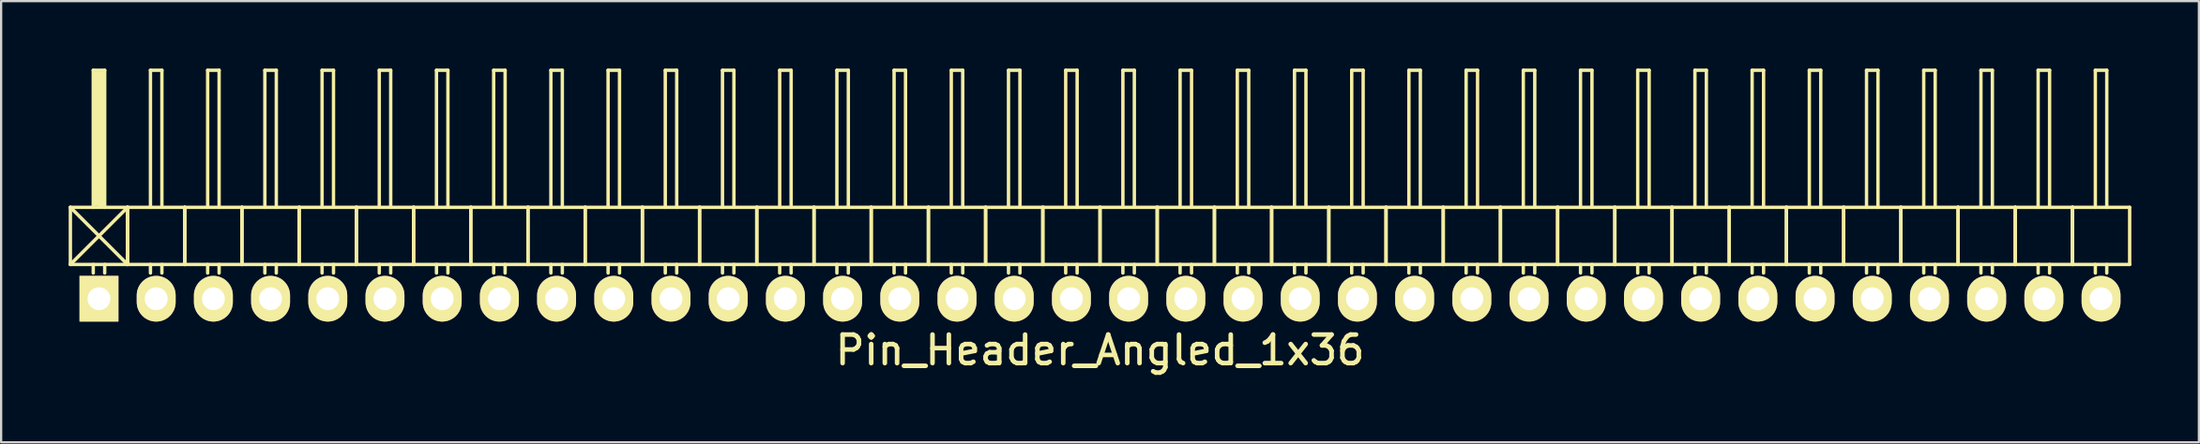
<source format=kicad_pcb>
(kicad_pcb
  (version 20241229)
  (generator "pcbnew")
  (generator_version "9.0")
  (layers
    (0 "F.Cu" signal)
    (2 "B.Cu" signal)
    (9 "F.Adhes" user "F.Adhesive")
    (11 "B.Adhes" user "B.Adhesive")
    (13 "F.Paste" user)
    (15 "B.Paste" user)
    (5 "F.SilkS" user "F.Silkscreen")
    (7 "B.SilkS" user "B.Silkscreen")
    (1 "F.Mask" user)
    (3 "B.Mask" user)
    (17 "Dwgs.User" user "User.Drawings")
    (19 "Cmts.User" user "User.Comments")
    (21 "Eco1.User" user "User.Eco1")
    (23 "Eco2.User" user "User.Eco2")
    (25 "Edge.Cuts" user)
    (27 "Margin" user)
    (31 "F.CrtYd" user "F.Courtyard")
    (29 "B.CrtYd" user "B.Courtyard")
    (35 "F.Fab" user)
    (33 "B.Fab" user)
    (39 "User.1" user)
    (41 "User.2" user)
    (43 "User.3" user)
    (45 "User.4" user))
  (footprint "Pin_Header_Angled_1x36"
    (layer "F.Cu")
    (at 45.795 10.235)
    (property "Reference" "Pin_Header_Angled_1x36" (at 0 2.286 0) (layer "F.SilkS") (effects (font (size 1.27 1.27) (thickness 0.203))))
    (attr through_hole)
    (fp_line (start -45.72 -4.064) (end -43.18 -1.524) (stroke (width 0.15) (type solid)) (layer "F.SilkS"))
    (fp_line (start -45.72 -1.524) (end -45.72 -4.064) (stroke (width 0.15) (type solid)) (layer "F.SilkS"))
    (fp_line (start -45.72 -1.524) (end -43.18 -1.524) (stroke (width 0.15) (type solid)) (layer "F.SilkS"))
    (fp_line (start -44.704 -10.16) (end -44.196 -10.16) (stroke (width 0.15) (type solid)) (layer "F.SilkS"))
    (fp_line (start -44.704 -4.064) (end -44.704 -10.16) (stroke (width 0.15) (type solid)) (layer "F.SilkS"))
    (fp_line (start -44.704 -1.524) (end -44.704 -1.143) (stroke (width 0.15) (type solid)) (layer "F.SilkS"))
    (fp_line (start -44.577 -10.033) (end -44.323 -10.033) (stroke (width 0.15) (type solid)) (layer "F.SilkS"))
    (fp_line (start -44.577 -4.191) (end -44.577 -10.033) (stroke (width 0.15) (type solid)) (layer "F.SilkS"))
    (fp_line (start -44.45 -4.191) (end -44.45 -10.033) (stroke (width 0.15) (type solid)) (layer "F.SilkS"))
    (fp_line (start -44.323 -10.033) (end -44.323 -4.191) (stroke (width 0.15) (type solid)) (layer "F.SilkS"))
    (fp_line (start -44.323 -4.191) (end -44.45 -4.191) (stroke (width 0.15) (type solid)) (layer "F.SilkS"))
    (fp_line (start -44.196 -10.16) (end -44.196 -4.064) (stroke (width 0.15) (type solid)) (layer "F.SilkS"))
    (fp_line (start -44.196 -1.524) (end -44.196 -1.143) (stroke (width 0.15) (type solid)) (layer "F.SilkS"))
    (fp_line (start -43.18 -4.064) (end -45.72 -4.064) (stroke (width 0.15) (type solid)) (layer "F.SilkS"))
    (fp_line (start -43.18 -4.064) (end -45.72 -1.524) (stroke (width 0.15) (type solid)) (layer "F.SilkS"))
    (fp_line (start -43.18 -1.524) (end -43.18 -4.064) (stroke (width 0.15) (type solid)) (layer "F.SilkS"))
    (fp_line (start -43.18 -1.524) (end -43.18 -4.064) (stroke (width 0.15) (type solid)) (layer "F.SilkS"))
    (fp_line (start -43.18 -1.524) (end -40.64 -1.524) (stroke (width 0.15) (type solid)) (layer "F.SilkS"))
    (fp_line (start -42.164 -10.16) (end -41.656 -10.16) (stroke (width 0.15) (type solid)) (layer "F.SilkS"))
    (fp_line (start -42.164 -4.064) (end -42.164 -10.16) (stroke (width 0.15) (type solid)) (layer "F.SilkS"))
    (fp_line (start -42.164 -1.524) (end -42.164 -1.143) (stroke (width 0.15) (type solid)) (layer "F.SilkS"))
    (fp_line (start -41.656 -10.16) (end -41.656 -4.064) (stroke (width 0.15) (type solid)) (layer "F.SilkS"))
    (fp_line (start -41.656 -1.524) (end -41.656 -1.143) (stroke (width 0.15) (type solid)) (layer "F.SilkS"))
    (fp_line (start -40.64 -4.064) (end -43.18 -4.064) (stroke (width 0.15) (type solid)) (layer "F.SilkS"))
    (fp_line (start -40.64 -1.524) (end -40.64 -4.064) (stroke (width 0.15) (type solid)) (layer "F.SilkS"))
    (fp_line (start -40.64 -1.524) (end -40.64 -4.064) (stroke (width 0.15) (type solid)) (layer "F.SilkS"))
    (fp_line (start -40.64 -1.524) (end -38.1 -1.524) (stroke (width 0.15) (type solid)) (layer "F.SilkS"))
    (fp_line (start -39.624 -10.16) (end -39.116 -10.16) (stroke (width 0.15) (type solid)) (layer "F.SilkS"))
    (fp_line (start -39.624 -4.064) (end -39.624 -10.16) (stroke (width 0.15) (type solid)) (layer "F.SilkS"))
    (fp_line (start -39.624 -1.524) (end -39.624 -1.143) (stroke (width 0.15) (type solid)) (layer "F.SilkS"))
    (fp_line (start -39.116 -10.16) (end -39.116 -4.064) (stroke (width 0.15) (type solid)) (layer "F.SilkS"))
    (fp_line (start -39.116 -1.524) (end -39.116 -1.143) (stroke (width 0.15) (type solid)) (layer "F.SilkS"))
    (fp_line (start -38.1 -4.064) (end -40.64 -4.064) (stroke (width 0.15) (type solid)) (layer "F.SilkS"))
    (fp_line (start -38.1 -1.524) (end -38.1 -4.064) (stroke (width 0.15) (type solid)) (layer "F.SilkS"))
    (fp_line (start -38.1 -1.524) (end -38.1 -4.064) (stroke (width 0.15) (type solid)) (layer "F.SilkS"))
    (fp_line (start -38.1 -1.524) (end -35.56 -1.524) (stroke (width 0.15) (type solid)) (layer "F.SilkS"))
    (fp_line (start -37.084 -10.16) (end -36.576 -10.16) (stroke (width 0.15) (type solid)) (layer "F.SilkS"))
    (fp_line (start -37.084 -4.064) (end -37.084 -10.16) (stroke (width 0.15) (type solid)) (layer "F.SilkS"))
    (fp_line (start -37.084 -1.524) (end -37.084 -1.143) (stroke (width 0.15) (type solid)) (layer "F.SilkS"))
    (fp_line (start -36.576 -10.16) (end -36.576 -4.064) (stroke (width 0.15) (type solid)) (layer "F.SilkS"))
    (fp_line (start -36.576 -1.524) (end -36.576 -1.143) (stroke (width 0.15) (type solid)) (layer "F.SilkS"))
    (fp_line (start -35.56 -4.064) (end -38.1 -4.064) (stroke (width 0.15) (type solid)) (layer "F.SilkS"))
    (fp_line (start -35.56 -1.524) (end -35.56 -4.064) (stroke (width 0.15) (type solid)) (layer "F.SilkS"))
    (fp_line (start -35.56 -1.524) (end -35.56 -4.064) (stroke (width 0.15) (type solid)) (layer "F.SilkS"))
    (fp_line (start -35.56 -1.524) (end -33.02 -1.524) (stroke (width 0.15) (type solid)) (layer "F.SilkS"))
    (fp_line (start -34.544 -10.16) (end -34.036 -10.16) (stroke (width 0.15) (type solid)) (layer "F.SilkS"))
    (fp_line (start -34.544 -4.064) (end -34.544 -10.16) (stroke (width 0.15) (type solid)) (layer "F.SilkS"))
    (fp_line (start -34.544 -1.524) (end -34.544 -1.143) (stroke (width 0.15) (type solid)) (layer "F.SilkS"))
    (fp_line (start -34.036 -10.16) (end -34.036 -4.064) (stroke (width 0.15) (type solid)) (layer "F.SilkS"))
    (fp_line (start -34.036 -1.524) (end -34.036 -1.143) (stroke (width 0.15) (type solid)) (layer "F.SilkS"))
    (fp_line (start -33.02 -4.064) (end -35.56 -4.064) (stroke (width 0.15) (type solid)) (layer "F.SilkS"))
    (fp_line (start -33.02 -1.524) (end -33.02 -4.064) (stroke (width 0.15) (type solid)) (layer "F.SilkS"))
    (fp_line (start -33.02 -1.524) (end -33.02 -4.064) (stroke (width 0.15) (type solid)) (layer "F.SilkS"))
    (fp_line (start -33.02 -1.524) (end -30.48 -1.524) (stroke (width 0.15) (type solid)) (layer "F.SilkS"))
    (fp_line (start -32.004 -10.16) (end -31.496 -10.16) (stroke (width 0.15) (type solid)) (layer "F.SilkS"))
    (fp_line (start -32.004 -4.064) (end -32.004 -10.16) (stroke (width 0.15) (type solid)) (layer "F.SilkS"))
    (fp_line (start -32.004 -1.524) (end -32.004 -1.143) (stroke (width 0.15) (type solid)) (layer "F.SilkS"))
    (fp_line (start -31.496 -10.16) (end -31.496 -4.064) (stroke (width 0.15) (type solid)) (layer "F.SilkS"))
    (fp_line (start -31.496 -1.524) (end -31.496 -1.143) (stroke (width 0.15) (type solid)) (layer "F.SilkS"))
    (fp_line (start -30.48 -4.064) (end -33.02 -4.064) (stroke (width 0.15) (type solid)) (layer "F.SilkS"))
    (fp_line (start -30.48 -1.524) (end -30.48 -4.064) (stroke (width 0.15) (type solid)) (layer "F.SilkS"))
    (fp_line (start -30.48 -1.524) (end -30.48 -4.064) (stroke (width 0.15) (type solid)) (layer "F.SilkS"))
    (fp_line (start -30.48 -1.524) (end -27.94 -1.524) (stroke (width 0.15) (type solid)) (layer "F.SilkS"))
    (fp_line (start -29.464 -10.16) (end -28.956 -10.16) (stroke (width 0.15) (type solid)) (layer "F.SilkS"))
    (fp_line (start -29.464 -4.064) (end -29.464 -10.16) (stroke (width 0.15) (type solid)) (layer "F.SilkS"))
    (fp_line (start -29.464 -1.524) (end -29.464 -1.143) (stroke (width 0.15) (type solid)) (layer "F.SilkS"))
    (fp_line (start -28.956 -10.16) (end -28.956 -4.064) (stroke (width 0.15) (type solid)) (layer "F.SilkS"))
    (fp_line (start -28.956 -1.524) (end -28.956 -1.143) (stroke (width 0.15) (type solid)) (layer "F.SilkS"))
    (fp_line (start -27.94 -4.064) (end -30.48 -4.064) (stroke (width 0.15) (type solid)) (layer "F.SilkS"))
    (fp_line (start -27.94 -1.524) (end -27.94 -4.064) (stroke (width 0.15) (type solid)) (layer "F.SilkS"))
    (fp_line (start -27.94 -1.524) (end -27.94 -4.064) (stroke (width 0.15) (type solid)) (layer "F.SilkS"))
    (fp_line (start -27.94 -1.524) (end -25.4 -1.524) (stroke (width 0.15) (type solid)) (layer "F.SilkS"))
    (fp_line (start -26.924 -10.16) (end -26.416 -10.16) (stroke (width 0.15) (type solid)) (layer "F.SilkS"))
    (fp_line (start -26.924 -4.064) (end -26.924 -10.16) (stroke (width 0.15) (type solid)) (layer "F.SilkS"))
    (fp_line (start -26.924 -1.524) (end -26.924 -1.143) (stroke (width 0.15) (type solid)) (layer "F.SilkS"))
    (fp_line (start -26.416 -10.16) (end -26.416 -4.064) (stroke (width 0.15) (type solid)) (layer "F.SilkS"))
    (fp_line (start -26.416 -1.524) (end -26.416 -1.143) (stroke (width 0.15) (type solid)) (layer "F.SilkS"))
    (fp_line (start -25.4 -4.064) (end -27.94 -4.064) (stroke (width 0.15) (type solid)) (layer "F.SilkS"))
    (fp_line (start -25.4 -1.524) (end -25.4 -4.064) (stroke (width 0.15) (type solid)) (layer "F.SilkS"))
    (fp_line (start -25.4 -1.524) (end -25.4 -4.064) (stroke (width 0.15) (type solid)) (layer "F.SilkS"))
    (fp_line (start -25.4 -1.524) (end -22.86 -1.524) (stroke (width 0.15) (type solid)) (layer "F.SilkS"))
    (fp_line (start -24.384 -10.16) (end -23.876 -10.16) (stroke (width 0.15) (type solid)) (layer "F.SilkS"))
    (fp_line (start -24.384 -4.064) (end -24.384 -10.16) (stroke (width 0.15) (type solid)) (layer "F.SilkS"))
    (fp_line (start -24.384 -1.524) (end -24.384 -1.143) (stroke (width 0.15) (type solid)) (layer "F.SilkS"))
    (fp_line (start -23.876 -10.16) (end -23.876 -4.064) (stroke (width 0.15) (type solid)) (layer "F.SilkS"))
    (fp_line (start -23.876 -1.524) (end -23.876 -1.143) (stroke (width 0.15) (type solid)) (layer "F.SilkS"))
    (fp_line (start -22.86 -4.064) (end -25.4 -4.064) (stroke (width 0.15) (type solid)) (layer "F.SilkS"))
    (fp_line (start -22.86 -1.524) (end -22.86 -4.064) (stroke (width 0.15) (type solid)) (layer "F.SilkS"))
    (fp_line (start -22.86 -1.524) (end -22.86 -4.064) (stroke (width 0.15) (type solid)) (layer "F.SilkS"))
    (fp_line (start -22.86 -1.524) (end -20.32 -1.524) (stroke (width 0.15) (type solid)) (layer "F.SilkS"))
    (fp_line (start -21.844 -10.16) (end -21.336 -10.16) (stroke (width 0.15) (type solid)) (layer "F.SilkS"))
    (fp_line (start -21.844 -4.064) (end -21.844 -10.16) (stroke (width 0.15) (type solid)) (layer "F.SilkS"))
    (fp_line (start -21.844 -1.524) (end -21.844 -1.143) (stroke (width 0.15) (type solid)) (layer "F.SilkS"))
    (fp_line (start -21.336 -10.16) (end -21.336 -4.064) (stroke (width 0.15) (type solid)) (layer "F.SilkS"))
    (fp_line (start -21.336 -1.524) (end -21.336 -1.143) (stroke (width 0.15) (type solid)) (layer "F.SilkS"))
    (fp_line (start -20.32 -4.064) (end -22.86 -4.064) (stroke (width 0.15) (type solid)) (layer "F.SilkS"))
    (fp_line (start -20.32 -1.524) (end -20.32 -4.064) (stroke (width 0.15) (type solid)) (layer "F.SilkS"))
    (fp_line (start -20.32 -1.524) (end -20.32 -4.064) (stroke (width 0.15) (type solid)) (layer "F.SilkS"))
    (fp_line (start -20.32 -1.524) (end -17.78 -1.524) (stroke (width 0.15) (type solid)) (layer "F.SilkS"))
    (fp_line (start -19.304 -10.16) (end -18.796 -10.16) (stroke (width 0.15) (type solid)) (layer "F.SilkS"))
    (fp_line (start -19.304 -4.064) (end -19.304 -10.16) (stroke (width 0.15) (type solid)) (layer "F.SilkS"))
    (fp_line (start -19.304 -1.524) (end -19.304 -1.143) (stroke (width 0.15) (type solid)) (layer "F.SilkS"))
    (fp_line (start -18.796 -10.16) (end -18.796 -4.064) (stroke (width 0.15) (type solid)) (layer "F.SilkS"))
    (fp_line (start -18.796 -1.524) (end -18.796 -1.143) (stroke (width 0.15) (type solid)) (layer "F.SilkS"))
    (fp_line (start -17.78 -4.064) (end -20.32 -4.064) (stroke (width 0.15) (type solid)) (layer "F.SilkS"))
    (fp_line (start -17.78 -1.524) (end -17.78 -4.064) (stroke (width 0.15) (type solid)) (layer "F.SilkS"))
    (fp_line (start -17.78 -1.524) (end -17.78 -4.064) (stroke (width 0.15) (type solid)) (layer "F.SilkS"))
    (fp_line (start -17.78 -1.524) (end -15.24 -1.524) (stroke (width 0.15) (type solid)) (layer "F.SilkS"))
    (fp_line (start -16.764 -10.16) (end -16.256 -10.16) (stroke (width 0.15) (type solid)) (layer "F.SilkS"))
    (fp_line (start -16.764 -4.064) (end -16.764 -10.16) (stroke (width 0.15) (type solid)) (layer "F.SilkS"))
    (fp_line (start -16.764 -1.524) (end -16.764 -1.143) (stroke (width 0.15) (type solid)) (layer "F.SilkS"))
    (fp_line (start -16.256 -10.16) (end -16.256 -4.064) (stroke (width 0.15) (type solid)) (layer "F.SilkS"))
    (fp_line (start -16.256 -1.524) (end -16.256 -1.143) (stroke (width 0.15) (type solid)) (layer "F.SilkS"))
    (fp_line (start -15.24 -4.064) (end -17.78 -4.064) (stroke (width 0.15) (type solid)) (layer "F.SilkS"))
    (fp_line (start -15.24 -1.524) (end -15.24 -4.064) (stroke (width 0.15) (type solid)) (layer "F.SilkS"))
    (fp_line (start -15.24 -1.524) (end -15.24 -4.064) (stroke (width 0.15) (type solid)) (layer "F.SilkS"))
    (fp_line (start -15.24 -1.524) (end -12.7 -1.524) (stroke (width 0.15) (type solid)) (layer "F.SilkS"))
    (fp_line (start -14.224 -10.16) (end -13.716 -10.16) (stroke (width 0.15) (type solid)) (layer "F.SilkS"))
    (fp_line (start -14.224 -4.064) (end -14.224 -10.16) (stroke (width 0.15) (type solid)) (layer "F.SilkS"))
    (fp_line (start -14.224 -1.524) (end -14.224 -1.143) (stroke (width 0.15) (type solid)) (layer "F.SilkS"))
    (fp_line (start -13.716 -10.16) (end -13.716 -4.064) (stroke (width 0.15) (type solid)) (layer "F.SilkS"))
    (fp_line (start -13.716 -1.524) (end -13.716 -1.143) (stroke (width 0.15) (type solid)) (layer "F.SilkS"))
    (fp_line (start -12.7 -4.064) (end -15.24 -4.064) (stroke (width 0.15) (type solid)) (layer "F.SilkS"))
    (fp_line (start -12.7 -1.524) (end -12.7 -4.064) (stroke (width 0.15) (type solid)) (layer "F.SilkS"))
    (fp_line (start -12.7 -1.524) (end -12.7 -4.064) (stroke (width 0.15) (type solid)) (layer "F.SilkS"))
    (fp_line (start -12.7 -1.524) (end -10.16 -1.524) (stroke (width 0.15) (type solid)) (layer "F.SilkS"))
    (fp_line (start -11.684 -10.16) (end -11.176 -10.16) (stroke (width 0.15) (type solid)) (layer "F.SilkS"))
    (fp_line (start -11.684 -4.064) (end -11.684 -10.16) (stroke (width 0.15) (type solid)) (layer "F.SilkS"))
    (fp_line (start -11.684 -1.524) (end -11.684 -1.143) (stroke (width 0.15) (type solid)) (layer "F.SilkS"))
    (fp_line (start -11.176 -10.16) (end -11.176 -4.064) (stroke (width 0.15) (type solid)) (layer "F.SilkS"))
    (fp_line (start -11.176 -1.524) (end -11.176 -1.143) (stroke (width 0.15) (type solid)) (layer "F.SilkS"))
    (fp_line (start -10.16 -4.064) (end -12.7 -4.064) (stroke (width 0.15) (type solid)) (layer "F.SilkS"))
    (fp_line (start -10.16 -1.524) (end -10.16 -4.064) (stroke (width 0.15) (type solid)) (layer "F.SilkS"))
    (fp_line (start -10.16 -1.524) (end -10.16 -4.064) (stroke (width 0.15) (type solid)) (layer "F.SilkS"))
    (fp_line (start -10.16 -1.524) (end -7.62 -1.524) (stroke (width 0.15) (type solid)) (layer "F.SilkS"))
    (fp_line (start -9.144 -10.16) (end -8.636 -10.16) (stroke (width 0.15) (type solid)) (layer "F.SilkS"))
    (fp_line (start -9.144 -4.064) (end -9.144 -10.16) (stroke (width 0.15) (type solid)) (layer "F.SilkS"))
    (fp_line (start -9.144 -1.524) (end -9.144 -1.143) (stroke (width 0.15) (type solid)) (layer "F.SilkS"))
    (fp_line (start -8.636 -10.16) (end -8.636 -4.064) (stroke (width 0.15) (type solid)) (layer "F.SilkS"))
    (fp_line (start -8.636 -1.524) (end -8.636 -1.143) (stroke (width 0.15) (type solid)) (layer "F.SilkS"))
    (fp_line (start -7.62 -4.064) (end -10.16 -4.064) (stroke (width 0.15) (type solid)) (layer "F.SilkS"))
    (fp_line (start -7.62 -1.524) (end -7.62 -4.064) (stroke (width 0.15) (type solid)) (layer "F.SilkS"))
    (fp_line (start -7.62 -1.524) (end -7.62 -4.064) (stroke (width 0.15) (type solid)) (layer "F.SilkS"))
    (fp_line (start -7.62 -1.524) (end -5.08 -1.524) (stroke (width 0.15) (type solid)) (layer "F.SilkS"))
    (fp_line (start -6.604 -10.16) (end -6.096 -10.16) (stroke (width 0.15) (type solid)) (layer "F.SilkS"))
    (fp_line (start -6.604 -4.064) (end -6.604 -10.16) (stroke (width 0.15) (type solid)) (layer "F.SilkS"))
    (fp_line (start -6.604 -1.524) (end -6.604 -1.143) (stroke (width 0.15) (type solid)) (layer "F.SilkS"))
    (fp_line (start -6.096 -10.16) (end -6.096 -4.064) (stroke (width 0.15) (type solid)) (layer "F.SilkS"))
    (fp_line (start -6.096 -1.524) (end -6.096 -1.143) (stroke (width 0.15) (type solid)) (layer "F.SilkS"))
    (fp_line (start -5.08 -4.064) (end -7.62 -4.064) (stroke (width 0.15) (type solid)) (layer "F.SilkS"))
    (fp_line (start -5.08 -1.524) (end -5.08 -4.064) (stroke (width 0.15) (type solid)) (layer "F.SilkS"))
    (fp_line (start -5.08 -1.524) (end -5.08 -4.064) (stroke (width 0.15) (type solid)) (layer "F.SilkS"))
    (fp_line (start -5.08 -1.524) (end -2.54 -1.524) (stroke (width 0.15) (type solid)) (layer "F.SilkS"))
    (fp_line (start -4.064 -10.16) (end -3.556 -10.16) (stroke (width 0.15) (type solid)) (layer "F.SilkS"))
    (fp_line (start -4.064 -4.064) (end -4.064 -10.16) (stroke (width 0.15) (type solid)) (layer "F.SilkS"))
    (fp_line (start -4.064 -1.524) (end -4.064 -1.143) (stroke (width 0.15) (type solid)) (layer "F.SilkS"))
    (fp_line (start -3.556 -10.16) (end -3.556 -4.064) (stroke (width 0.15) (type solid)) (layer "F.SilkS"))
    (fp_line (start -3.556 -1.524) (end -3.556 -1.143) (stroke (width 0.15) (type solid)) (layer "F.SilkS"))
    (fp_line (start -2.54 -4.064) (end -5.08 -4.064) (stroke (width 0.15) (type solid)) (layer "F.SilkS"))
    (fp_line (start -2.54 -1.524) (end -2.54 -4.064) (stroke (width 0.15) (type solid)) (layer "F.SilkS"))
    (fp_line (start -2.54 -1.524) (end -2.54 -4.064) (stroke (width 0.15) (type solid)) (layer "F.SilkS"))
    (fp_line (start -2.54 -1.524) (end 0 -1.524) (stroke (width 0.15) (type solid)) (layer "F.SilkS"))
    (fp_line (start -1.524 -10.16) (end -1.016 -10.16) (stroke (width 0.15) (type solid)) (layer "F.SilkS"))
    (fp_line (start -1.524 -4.064) (end -1.524 -10.16) (stroke (width 0.15) (type solid)) (layer "F.SilkS"))
    (fp_line (start -1.524 -1.524) (end -1.524 -1.143) (stroke (width 0.15) (type solid)) (layer "F.SilkS"))
    (fp_line (start -1.016 -10.16) (end -1.016 -4.064) (stroke (width 0.15) (type solid)) (layer "F.SilkS"))
    (fp_line (start -1.016 -1.524) (end -1.016 -1.143) (stroke (width 0.15) (type solid)) (layer "F.SilkS"))
    (fp_line (start 0 -4.064) (end -2.54 -4.064) (stroke (width 0.15) (type solid)) (layer "F.SilkS"))
    (fp_line (start 0 -1.524) (end 0 -4.064) (stroke (width 0.15) (type solid)) (layer "F.SilkS"))
    (fp_line (start 0 -1.524) (end 0 -4.064) (stroke (width 0.15) (type solid)) (layer "F.SilkS"))
    (fp_line (start 0 -1.524) (end 2.54 -1.524) (stroke (width 0.15) (type solid)) (layer "F.SilkS"))
    (fp_line (start 1.016 -10.16) (end 1.524 -10.16) (stroke (width 0.15) (type solid)) (layer "F.SilkS"))
    (fp_line (start 1.016 -4.064) (end 1.016 -10.16) (stroke (width 0.15) (type solid)) (layer "F.SilkS"))
    (fp_line (start 1.016 -1.524) (end 1.016 -1.143) (stroke (width 0.15) (type solid)) (layer "F.SilkS"))
    (fp_line (start 1.524 -10.16) (end 1.524 -4.064) (stroke (width 0.15) (type solid)) (layer "F.SilkS"))
    (fp_line (start 1.524 -1.524) (end 1.524 -1.143) (stroke (width 0.15) (type solid)) (layer "F.SilkS"))
    (fp_line (start 2.54 -4.064) (end 0 -4.064) (stroke (width 0.15) (type solid)) (layer "F.SilkS"))
    (fp_line (start 2.54 -1.524) (end 2.54 -4.064) (stroke (width 0.15) (type solid)) (layer "F.SilkS"))
    (fp_line (start 2.54 -1.524) (end 2.54 -4.064) (stroke (width 0.15) (type solid)) (layer "F.SilkS"))
    (fp_line (start 2.54 -1.524) (end 5.08 -1.524) (stroke (width 0.15) (type solid)) (layer "F.SilkS"))
    (fp_line (start 3.556 -10.16) (end 4.064 -10.16) (stroke (width 0.15) (type solid)) (layer "F.SilkS"))
    (fp_line (start 3.556 -4.064) (end 3.556 -10.16) (stroke (width 0.15) (type solid)) (layer "F.SilkS"))
    (fp_line (start 3.556 -1.524) (end 3.556 -1.143) (stroke (width 0.15) (type solid)) (layer "F.SilkS"))
    (fp_line (start 4.064 -10.16) (end 4.064 -4.064) (stroke (width 0.15) (type solid)) (layer "F.SilkS"))
    (fp_line (start 4.064 -1.524) (end 4.064 -1.143) (stroke (width 0.15) (type solid)) (layer "F.SilkS"))
    (fp_line (start 5.08 -4.064) (end 2.54 -4.064) (stroke (width 0.15) (type solid)) (layer "F.SilkS"))
    (fp_line (start 5.08 -1.524) (end 5.08 -4.064) (stroke (width 0.15) (type solid)) (layer "F.SilkS"))
    (fp_line (start 5.08 -1.524) (end 5.08 -4.064) (stroke (width 0.15) (type solid)) (layer "F.SilkS"))
    (fp_line (start 5.08 -1.524) (end 7.62 -1.524) (stroke (width 0.15) (type solid)) (layer "F.SilkS"))
    (fp_line (start 6.096 -10.16) (end 6.604 -10.16) (stroke (width 0.15) (type solid)) (layer "F.SilkS"))
    (fp_line (start 6.096 -4.064) (end 6.096 -10.16) (stroke (width 0.15) (type solid)) (layer "F.SilkS"))
    (fp_line (start 6.096 -1.524) (end 6.096 -1.143) (stroke (width 0.15) (type solid)) (layer "F.SilkS"))
    (fp_line (start 6.604 -10.16) (end 6.604 -4.064) (stroke (width 0.15) (type solid)) (layer "F.SilkS"))
    (fp_line (start 6.604 -1.524) (end 6.604 -1.143) (stroke (width 0.15) (type solid)) (layer "F.SilkS"))
    (fp_line (start 7.62 -4.064) (end 5.08 -4.064) (stroke (width 0.15) (type solid)) (layer "F.SilkS"))
    (fp_line (start 7.62 -1.524) (end 7.62 -4.064) (stroke (width 0.15) (type solid)) (layer "F.SilkS"))
    (fp_line (start 7.62 -1.524) (end 7.62 -4.064) (stroke (width 0.15) (type solid)) (layer "F.SilkS"))
    (fp_line (start 7.62 -1.524) (end 10.16 -1.524) (stroke (width 0.15) (type solid)) (layer "F.SilkS"))
    (fp_line (start 8.636 -10.16) (end 9.144 -10.16) (stroke (width 0.15) (type solid)) (layer "F.SilkS"))
    (fp_line (start 8.636 -4.064) (end 8.636 -10.16) (stroke (width 0.15) (type solid)) (layer "F.SilkS"))
    (fp_line (start 8.636 -1.524) (end 8.636 -1.143) (stroke (width 0.15) (type solid)) (layer "F.SilkS"))
    (fp_line (start 9.144 -10.16) (end 9.144 -4.064) (stroke (width 0.15) (type solid)) (layer "F.SilkS"))
    (fp_line (start 9.144 -1.524) (end 9.144 -1.143) (stroke (width 0.15) (type solid)) (layer "F.SilkS"))
    (fp_line (start 10.16 -4.064) (end 7.62 -4.064) (stroke (width 0.15) (type solid)) (layer "F.SilkS"))
    (fp_line (start 10.16 -1.524) (end 10.16 -4.064) (stroke (width 0.15) (type solid)) (layer "F.SilkS"))
    (fp_line (start 10.16 -1.524) (end 10.16 -4.064) (stroke (width 0.15) (type solid)) (layer "F.SilkS"))
    (fp_line (start 10.16 -1.524) (end 12.7 -1.524) (stroke (width 0.15) (type solid)) (layer "F.SilkS"))
    (fp_line (start 11.176 -10.16) (end 11.684 -10.16) (stroke (width 0.15) (type solid)) (layer "F.SilkS"))
    (fp_line (start 11.176 -4.064) (end 11.176 -10.16) (stroke (width 0.15) (type solid)) (layer "F.SilkS"))
    (fp_line (start 11.176 -1.524) (end 11.176 -1.143) (stroke (width 0.15) (type solid)) (layer "F.SilkS"))
    (fp_line (start 11.684 -10.16) (end 11.684 -4.064) (stroke (width 0.15) (type solid)) (layer "F.SilkS"))
    (fp_line (start 11.684 -1.524) (end 11.684 -1.143) (stroke (width 0.15) (type solid)) (layer "F.SilkS"))
    (fp_line (start 12.7 -4.064) (end 10.16 -4.064) (stroke (width 0.15) (type solid)) (layer "F.SilkS"))
    (fp_line (start 12.7 -1.524) (end 12.7 -4.064) (stroke (width 0.15) (type solid)) (layer "F.SilkS"))
    (fp_line (start 12.7 -1.524) (end 12.7 -4.064) (stroke (width 0.15) (type solid)) (layer "F.SilkS"))
    (fp_line (start 12.7 -1.524) (end 15.24 -1.524) (stroke (width 0.15) (type solid)) (layer "F.SilkS"))
    (fp_line (start 13.716 -10.16) (end 14.224 -10.16) (stroke (width 0.15) (type solid)) (layer "F.SilkS"))
    (fp_line (start 13.716 -4.064) (end 13.716 -10.16) (stroke (width 0.15) (type solid)) (layer "F.SilkS"))
    (fp_line (start 13.716 -1.524) (end 13.716 -1.143) (stroke (width 0.15) (type solid)) (layer "F.SilkS"))
    (fp_line (start 14.224 -10.16) (end 14.224 -4.064) (stroke (width 0.15) (type solid)) (layer "F.SilkS"))
    (fp_line (start 14.224 -1.524) (end 14.224 -1.143) (stroke (width 0.15) (type solid)) (layer "F.SilkS"))
    (fp_line (start 15.24 -4.064) (end 12.7 -4.064) (stroke (width 0.15) (type solid)) (layer "F.SilkS"))
    (fp_line (start 15.24 -1.524) (end 15.24 -4.064) (stroke (width 0.15) (type solid)) (layer "F.SilkS"))
    (fp_line (start 15.24 -1.524) (end 15.24 -4.064) (stroke (width 0.15) (type solid)) (layer "F.SilkS"))
    (fp_line (start 15.24 -1.524) (end 17.78 -1.524) (stroke (width 0.15) (type solid)) (layer "F.SilkS"))
    (fp_line (start 16.256 -10.16) (end 16.764 -10.16) (stroke (width 0.15) (type solid)) (layer "F.SilkS"))
    (fp_line (start 16.256 -4.064) (end 16.256 -10.16) (stroke (width 0.15) (type solid)) (layer "F.SilkS"))
    (fp_line (start 16.256 -1.524) (end 16.256 -1.143) (stroke (width 0.15) (type solid)) (layer "F.SilkS"))
    (fp_line (start 16.764 -10.16) (end 16.764 -4.064) (stroke (width 0.15) (type solid)) (layer "F.SilkS"))
    (fp_line (start 16.764 -1.524) (end 16.764 -1.143) (stroke (width 0.15) (type solid)) (layer "F.SilkS"))
    (fp_line (start 17.78 -4.064) (end 15.24 -4.064) (stroke (width 0.15) (type solid)) (layer "F.SilkS"))
    (fp_line (start 17.78 -1.524) (end 17.78 -4.064) (stroke (width 0.15) (type solid)) (layer "F.SilkS"))
    (fp_line (start 17.78 -1.524) (end 17.78 -4.064) (stroke (width 0.15) (type solid)) (layer "F.SilkS"))
    (fp_line (start 17.78 -1.524) (end 20.32 -1.524) (stroke (width 0.15) (type solid)) (layer "F.SilkS"))
    (fp_line (start 18.796 -10.16) (end 19.304 -10.16) (stroke (width 0.15) (type solid)) (layer "F.SilkS"))
    (fp_line (start 18.796 -4.064) (end 18.796 -10.16) (stroke (width 0.15) (type solid)) (layer "F.SilkS"))
    (fp_line (start 18.796 -1.524) (end 18.796 -1.143) (stroke (width 0.15) (type solid)) (layer "F.SilkS"))
    (fp_line (start 19.304 -10.16) (end 19.304 -4.064) (stroke (width 0.15) (type solid)) (layer "F.SilkS"))
    (fp_line (start 19.304 -1.524) (end 19.304 -1.143) (stroke (width 0.15) (type solid)) (layer "F.SilkS"))
    (fp_line (start 20.32 -4.064) (end 17.78 -4.064) (stroke (width 0.15) (type solid)) (layer "F.SilkS"))
    (fp_line (start 20.32 -1.524) (end 20.32 -4.064) (stroke (width 0.15) (type solid)) (layer "F.SilkS"))
    (fp_line (start 20.32 -1.524) (end 20.32 -4.064) (stroke (width 0.15) (type solid)) (layer "F.SilkS"))
    (fp_line (start 20.32 -1.524) (end 22.86 -1.524) (stroke (width 0.15) (type solid)) (layer "F.SilkS"))
    (fp_line (start 21.336 -10.16) (end 21.844 -10.16) (stroke (width 0.15) (type solid)) (layer "F.SilkS"))
    (fp_line (start 21.336 -4.064) (end 21.336 -10.16) (stroke (width 0.15) (type solid)) (layer "F.SilkS"))
    (fp_line (start 21.336 -1.524) (end 21.336 -1.143) (stroke (width 0.15) (type solid)) (layer "F.SilkS"))
    (fp_line (start 21.844 -10.16) (end 21.844 -4.064) (stroke (width 0.15) (type solid)) (layer "F.SilkS"))
    (fp_line (start 21.844 -1.524) (end 21.844 -1.143) (stroke (width 0.15) (type solid)) (layer "F.SilkS"))
    (fp_line (start 22.86 -4.064) (end 20.32 -4.064) (stroke (width 0.15) (type solid)) (layer "F.SilkS"))
    (fp_line (start 22.86 -1.524) (end 22.86 -4.064) (stroke (width 0.15) (type solid)) (layer "F.SilkS"))
    (fp_line (start 22.86 -1.524) (end 22.86 -4.064) (stroke (width 0.15) (type solid)) (layer "F.SilkS"))
    (fp_line (start 22.86 -1.524) (end 25.4 -1.524) (stroke (width 0.15) (type solid)) (layer "F.SilkS"))
    (fp_line (start 23.876 -10.16) (end 24.384 -10.16) (stroke (width 0.15) (type solid)) (layer "F.SilkS"))
    (fp_line (start 23.876 -4.064) (end 23.876 -10.16) (stroke (width 0.15) (type solid)) (layer "F.SilkS"))
    (fp_line (start 23.876 -1.524) (end 23.876 -1.143) (stroke (width 0.15) (type solid)) (layer "F.SilkS"))
    (fp_line (start 24.384 -10.16) (end 24.384 -4.064) (stroke (width 0.15) (type solid)) (layer "F.SilkS"))
    (fp_line (start 24.384 -1.524) (end 24.384 -1.143) (stroke (width 0.15) (type solid)) (layer "F.SilkS"))
    (fp_line (start 25.4 -4.064) (end 22.86 -4.064) (stroke (width 0.15) (type solid)) (layer "F.SilkS"))
    (fp_line (start 25.4 -1.524) (end 25.4 -4.064) (stroke (width 0.15) (type solid)) (layer "F.SilkS"))
    (fp_line (start 25.4 -1.524) (end 25.4 -4.064) (stroke (width 0.15) (type solid)) (layer "F.SilkS"))
    (fp_line (start 25.4 -1.524) (end 27.94 -1.524) (stroke (width 0.15) (type solid)) (layer "F.SilkS"))
    (fp_line (start 26.416 -10.16) (end 26.924 -10.16) (stroke (width 0.15) (type solid)) (layer "F.SilkS"))
    (fp_line (start 26.416 -4.064) (end 26.416 -10.16) (stroke (width 0.15) (type solid)) (layer "F.SilkS"))
    (fp_line (start 26.416 -1.524) (end 26.416 -1.143) (stroke (width 0.15) (type solid)) (layer "F.SilkS"))
    (fp_line (start 26.924 -10.16) (end 26.924 -4.064) (stroke (width 0.15) (type solid)) (layer "F.SilkS"))
    (fp_line (start 26.924 -1.524) (end 26.924 -1.143) (stroke (width 0.15) (type solid)) (layer "F.SilkS"))
    (fp_line (start 27.94 -4.064) (end 25.4 -4.064) (stroke (width 0.15) (type solid)) (layer "F.SilkS"))
    (fp_line (start 27.94 -1.524) (end 27.94 -4.064) (stroke (width 0.15) (type solid)) (layer "F.SilkS"))
    (fp_line (start 27.94 -1.524) (end 27.94 -4.064) (stroke (width 0.15) (type solid)) (layer "F.SilkS"))
    (fp_line (start 27.94 -1.524) (end 30.48 -1.524) (stroke (width 0.15) (type solid)) (layer "F.SilkS"))
    (fp_line (start 28.956 -10.16) (end 29.464 -10.16) (stroke (width 0.15) (type solid)) (layer "F.SilkS"))
    (fp_line (start 28.956 -4.064) (end 28.956 -10.16) (stroke (width 0.15) (type solid)) (layer "F.SilkS"))
    (fp_line (start 28.956 -1.524) (end 28.956 -1.143) (stroke (width 0.15) (type solid)) (layer "F.SilkS"))
    (fp_line (start 29.464 -10.16) (end 29.464 -4.064) (stroke (width 0.15) (type solid)) (layer "F.SilkS"))
    (fp_line (start 29.464 -1.524) (end 29.464 -1.143) (stroke (width 0.15) (type solid)) (layer "F.SilkS"))
    (fp_line (start 30.48 -4.064) (end 27.94 -4.064) (stroke (width 0.15) (type solid)) (layer "F.SilkS"))
    (fp_line (start 30.48 -1.524) (end 30.48 -4.064) (stroke (width 0.15) (type solid)) (layer "F.SilkS"))
    (fp_line (start 30.48 -1.524) (end 30.48 -4.064) (stroke (width 0.15) (type solid)) (layer "F.SilkS"))
    (fp_line (start 30.48 -1.524) (end 33.02 -1.524) (stroke (width 0.15) (type solid)) (layer "F.SilkS"))
    (fp_line (start 31.496 -10.16) (end 32.004 -10.16) (stroke (width 0.15) (type solid)) (layer "F.SilkS"))
    (fp_line (start 31.496 -4.064) (end 31.496 -10.16) (stroke (width 0.15) (type solid)) (layer "F.SilkS"))
    (fp_line (start 31.496 -1.524) (end 31.496 -1.143) (stroke (width 0.15) (type solid)) (layer "F.SilkS"))
    (fp_line (start 32.004 -10.16) (end 32.004 -4.064) (stroke (width 0.15) (type solid)) (layer "F.SilkS"))
    (fp_line (start 32.004 -1.524) (end 32.004 -1.143) (stroke (width 0.15) (type solid)) (layer "F.SilkS"))
    (fp_line (start 33.02 -4.064) (end 30.48 -4.064) (stroke (width 0.15) (type solid)) (layer "F.SilkS"))
    (fp_line (start 33.02 -1.524) (end 33.02 -4.064) (stroke (width 0.15) (type solid)) (layer "F.SilkS"))
    (fp_line (start 33.02 -1.524) (end 33.02 -4.064) (stroke (width 0.15) (type solid)) (layer "F.SilkS"))
    (fp_line (start 33.02 -1.524) (end 35.56 -1.524) (stroke (width 0.15) (type solid)) (layer "F.SilkS"))
    (fp_line (start 34.036 -10.16) (end 34.544 -10.16) (stroke (width 0.15) (type solid)) (layer "F.SilkS"))
    (fp_line (start 34.036 -4.064) (end 34.036 -10.16) (stroke (width 0.15) (type solid)) (layer "F.SilkS"))
    (fp_line (start 34.036 -1.524) (end 34.036 -1.143) (stroke (width 0.15) (type solid)) (layer "F.SilkS"))
    (fp_line (start 34.544 -10.16) (end 34.544 -4.064) (stroke (width 0.15) (type solid)) (layer "F.SilkS"))
    (fp_line (start 34.544 -1.524) (end 34.544 -1.143) (stroke (width 0.15) (type solid)) (layer "F.SilkS"))
    (fp_line (start 35.56 -4.064) (end 33.02 -4.064) (stroke (width 0.15) (type solid)) (layer "F.SilkS"))
    (fp_line (start 35.56 -1.524) (end 35.56 -4.064) (stroke (width 0.15) (type solid)) (layer "F.SilkS"))
    (fp_line (start 35.56 -1.524) (end 35.56 -4.064) (stroke (width 0.15) (type solid)) (layer "F.SilkS"))
    (fp_line (start 35.56 -1.524) (end 38.1 -1.524) (stroke (width 0.15) (type solid)) (layer "F.SilkS"))
    (fp_line (start 36.576 -10.16) (end 37.084 -10.16) (stroke (width 0.15) (type solid)) (layer "F.SilkS"))
    (fp_line (start 36.576 -4.064) (end 36.576 -10.16) (stroke (width 0.15) (type solid)) (layer "F.SilkS"))
    (fp_line (start 36.576 -1.524) (end 36.576 -1.143) (stroke (width 0.15) (type solid)) (layer "F.SilkS"))
    (fp_line (start 37.084 -10.16) (end 37.084 -4.064) (stroke (width 0.15) (type solid)) (layer "F.SilkS"))
    (fp_line (start 37.084 -1.524) (end 37.084 -1.143) (stroke (width 0.15) (type solid)) (layer "F.SilkS"))
    (fp_line (start 38.1 -4.064) (end 35.56 -4.064) (stroke (width 0.15) (type solid)) (layer "F.SilkS"))
    (fp_line (start 38.1 -1.524) (end 38.1 -4.064) (stroke (width 0.15) (type solid)) (layer "F.SilkS"))
    (fp_line (start 38.1 -1.524) (end 38.1 -4.064) (stroke (width 0.15) (type solid)) (layer "F.SilkS"))
    (fp_line (start 38.1 -1.524) (end 40.64 -1.524) (stroke (width 0.15) (type solid)) (layer "F.SilkS"))
    (fp_line (start 39.116 -10.16) (end 39.624 -10.16) (stroke (width 0.15) (type solid)) (layer "F.SilkS"))
    (fp_line (start 39.116 -4.064) (end 39.116 -10.16) (stroke (width 0.15) (type solid)) (layer "F.SilkS"))
    (fp_line (start 39.116 -1.524) (end 39.116 -1.143) (stroke (width 0.15) (type solid)) (layer "F.SilkS"))
    (fp_line (start 39.624 -10.16) (end 39.624 -4.064) (stroke (width 0.15) (type solid)) (layer "F.SilkS"))
    (fp_line (start 39.624 -1.524) (end 39.624 -1.143) (stroke (width 0.15) (type solid)) (layer "F.SilkS"))
    (fp_line (start 40.64 -4.064) (end 38.1 -4.064) (stroke (width 0.15) (type solid)) (layer "F.SilkS"))
    (fp_line (start 40.64 -1.524) (end 40.64 -4.064) (stroke (width 0.15) (type solid)) (layer "F.SilkS"))
    (fp_line (start 40.64 -1.524) (end 40.64 -4.064) (stroke (width 0.15) (type solid)) (layer "F.SilkS"))
    (fp_line (start 40.64 -1.524) (end 43.18 -1.524) (stroke (width 0.15) (type solid)) (layer "F.SilkS"))
    (fp_line (start 41.656 -10.16) (end 42.164 -10.16) (stroke (width 0.15) (type solid)) (layer "F.SilkS"))
    (fp_line (start 41.656 -4.064) (end 41.656 -10.16) (stroke (width 0.15) (type solid)) (layer "F.SilkS"))
    (fp_line (start 41.656 -1.524) (end 41.656 -1.143) (stroke (width 0.15) (type solid)) (layer "F.SilkS"))
    (fp_line (start 42.164 -10.16) (end 42.164 -4.064) (stroke (width 0.15) (type solid)) (layer "F.SilkS"))
    (fp_line (start 42.164 -1.524) (end 42.164 -1.143) (stroke (width 0.15) (type solid)) (layer "F.SilkS"))
    (fp_line (start 43.18 -4.064) (end 40.64 -4.064) (stroke (width 0.15) (type solid)) (layer "F.SilkS"))
    (fp_line (start 43.18 -1.524) (end 43.18 -4.064) (stroke (width 0.15) (type solid)) (layer "F.SilkS"))
    (fp_line (start 43.18 -1.524) (end 43.18 -4.064) (stroke (width 0.15) (type solid)) (layer "F.SilkS"))
    (fp_line (start 43.18 -1.524) (end 45.72 -1.524) (stroke (width 0.15) (type solid)) (layer "F.SilkS"))
    (fp_line (start 44.196 -10.16) (end 44.704 -10.16) (stroke (width 0.15) (type solid)) (layer "F.SilkS"))
    (fp_line (start 44.196 -4.064) (end 44.196 -10.16) (stroke (width 0.15) (type solid)) (layer "F.SilkS"))
    (fp_line (start 44.196 -1.524) (end 44.196 -1.143) (stroke (width 0.15) (type solid)) (layer "F.SilkS"))
    (fp_line (start 44.704 -10.16) (end 44.704 -4.064) (stroke (width 0.15) (type solid)) (layer "F.SilkS"))
    (fp_line (start 44.704 -1.524) (end 44.704 -1.143) (stroke (width 0.15) (type solid)) (layer "F.SilkS"))
    (fp_line (start 45.72 -4.064) (end 43.18 -4.064) (stroke (width 0.15) (type solid)) (layer "F.SilkS"))
    (fp_line (start 45.72 -1.524) (end 45.72 -4.064) (stroke (width 0.15) (type solid)) (layer "F.SilkS"))
    (pad "1" thru_hole rect (at -44.45 0) (size 1.727 2.032) (drill 1.016) (layers "*.Cu" "*.Mask" "F.SilkS"))
    (pad "2" thru_hole oval (at -41.91 0) (size 1.727 2.032) (drill 1.016) (layers "*.Cu" "*.Mask" "F.SilkS"))
    (pad "3" thru_hole oval (at -39.37 0) (size 1.727 2.032) (drill 1.016) (layers "*.Cu" "*.Mask" "F.SilkS"))
    (pad "4" thru_hole oval (at -36.83 0) (size 1.727 2.032) (drill 1.016) (layers "*.Cu" "*.Mask" "F.SilkS"))
    (pad "5" thru_hole oval (at -34.29 0) (size 1.727 2.032) (drill 1.016) (layers "*.Cu" "*.Mask" "F.SilkS"))
    (pad "6" thru_hole oval (at -31.75 0) (size 1.727 2.032) (drill 1.016) (layers "*.Cu" "*.Mask" "F.SilkS"))
    (pad "7" thru_hole oval (at -29.21 0) (size 1.727 2.032) (drill 1.016) (layers "*.Cu" "*.Mask" "F.SilkS"))
    (pad "8" thru_hole oval (at -26.67 0) (size 1.727 2.032) (drill 1.016) (layers "*.Cu" "*.Mask" "F.SilkS"))
    (pad "9" thru_hole oval (at -24.13 0) (size 1.727 2.032) (drill 1.016) (layers "*.Cu" "*.Mask" "F.SilkS"))
    (pad "10" thru_hole oval (at -21.59 0) (size 1.727 2.032) (drill 1.016) (layers "*.Cu" "*.Mask" "F.SilkS"))
    (pad "11" thru_hole oval (at -19.05 0) (size 1.727 2.032) (drill 1.016) (layers "*.Cu" "*.Mask" "F.SilkS"))
    (pad "12" thru_hole oval (at -16.51 0) (size 1.727 2.032) (drill 1.016) (layers "*.Cu" "*.Mask" "F.SilkS"))
    (pad "13" thru_hole oval (at -13.97 0) (size 1.727 2.032) (drill 1.016) (layers "*.Cu" "*.Mask" "F.SilkS"))
    (pad "14" thru_hole oval (at -11.43 0) (size 1.727 2.032) (drill 1.016) (layers "*.Cu" "*.Mask" "F.SilkS"))
    (pad "15" thru_hole oval (at -8.89 0) (size 1.727 2.032) (drill 1.016) (layers "*.Cu" "*.Mask" "F.SilkS"))
    (pad "16" thru_hole oval (at -6.35 0) (size 1.727 2.032) (drill 1.016) (layers "*.Cu" "*.Mask" "F.SilkS"))
    (pad "17" thru_hole oval (at -3.81 0) (size 1.727 2.032) (drill 1.016) (layers "*.Cu" "*.Mask" "F.SilkS"))
    (pad "18" thru_hole oval (at -1.27 0) (size 1.727 2.032) (drill 1.016) (layers "*.Cu" "*.Mask" "F.SilkS"))
    (pad "19" thru_hole oval (at 1.27 0) (size 1.727 2.032) (drill 1.016) (layers "*.Cu" "*.Mask" "F.SilkS"))
    (pad "20" thru_hole oval (at 3.81 0) (size 1.727 2.032) (drill 1.016) (layers "*.Cu" "*.Mask" "F.SilkS"))
    (pad "21" thru_hole oval (at 6.35 0) (size 1.727 2.032) (drill 1.016) (layers "*.Cu" "*.Mask" "F.SilkS"))
    (pad "22" thru_hole oval (at 8.89 0) (size 1.727 2.032) (drill 1.016) (layers "*.Cu" "*.Mask" "F.SilkS"))
    (pad "23" thru_hole oval (at 11.43 0) (size 1.727 2.032) (drill 1.016) (layers "*.Cu" "*.Mask" "F.SilkS"))
    (pad "24" thru_hole oval (at 13.97 0) (size 1.727 2.032) (drill 1.016) (layers "*.Cu" "*.Mask" "F.SilkS"))
    (pad "25" thru_hole oval (at 16.51 0) (size 1.727 2.032) (drill 1.016) (layers "*.Cu" "*.Mask" "F.SilkS"))
    (pad "26" thru_hole oval (at 19.05 0) (size 1.727 2.032) (drill 1.016) (layers "*.Cu" "*.Mask" "F.SilkS"))
    (pad "27" thru_hole oval (at 21.59 0) (size 1.727 2.032) (drill 1.016) (layers "*.Cu" "*.Mask" "F.SilkS"))
    (pad "28" thru_hole oval (at 24.13 0) (size 1.727 2.032) (drill 1.016) (layers "*.Cu" "*.Mask" "F.SilkS"))
    (pad "29" thru_hole oval (at 26.67 0) (size 1.727 2.032) (drill 1.016) (layers "*.Cu" "*.Mask" "F.SilkS"))
    (pad "30" thru_hole oval (at 29.21 0) (size 1.727 2.032) (drill 1.016) (layers "*.Cu" "*.Mask" "F.SilkS"))
    (pad "31" thru_hole oval (at 31.75 0) (size 1.727 2.032) (drill 1.016) (layers "*.Cu" "*.Mask" "F.SilkS"))
    (pad "32" thru_hole oval (at 34.29 0) (size 1.727 2.032) (drill 1.016) (layers "*.Cu" "*.Mask" "F.SilkS"))
    (pad "33" thru_hole oval (at 36.83 0) (size 1.727 2.032) (drill 1.016) (layers "*.Cu" "*.Mask" "F.SilkS"))
    (pad "34" thru_hole oval (at 39.37 0) (size 1.727 2.032) (drill 1.016) (layers "*.Cu" "*.Mask" "F.SilkS"))
    (pad "35" thru_hole oval (at 41.91 0) (size 1.727 2.032) (drill 1.016) (layers "*.Cu" "*.Mask" "F.SilkS"))
    (pad "36" thru_hole oval (at 44.45 0) (size 1.727 2.032) (drill 1.016) (layers "*.Cu" "*.Mask" "F.SilkS")))
  (gr_rect
    (start -3 -3)
    (end 94.59 16.621)
    (stroke (width 0.1) (type default))
    (fill no)
    (layer "Edge.Cuts")))
</source>
